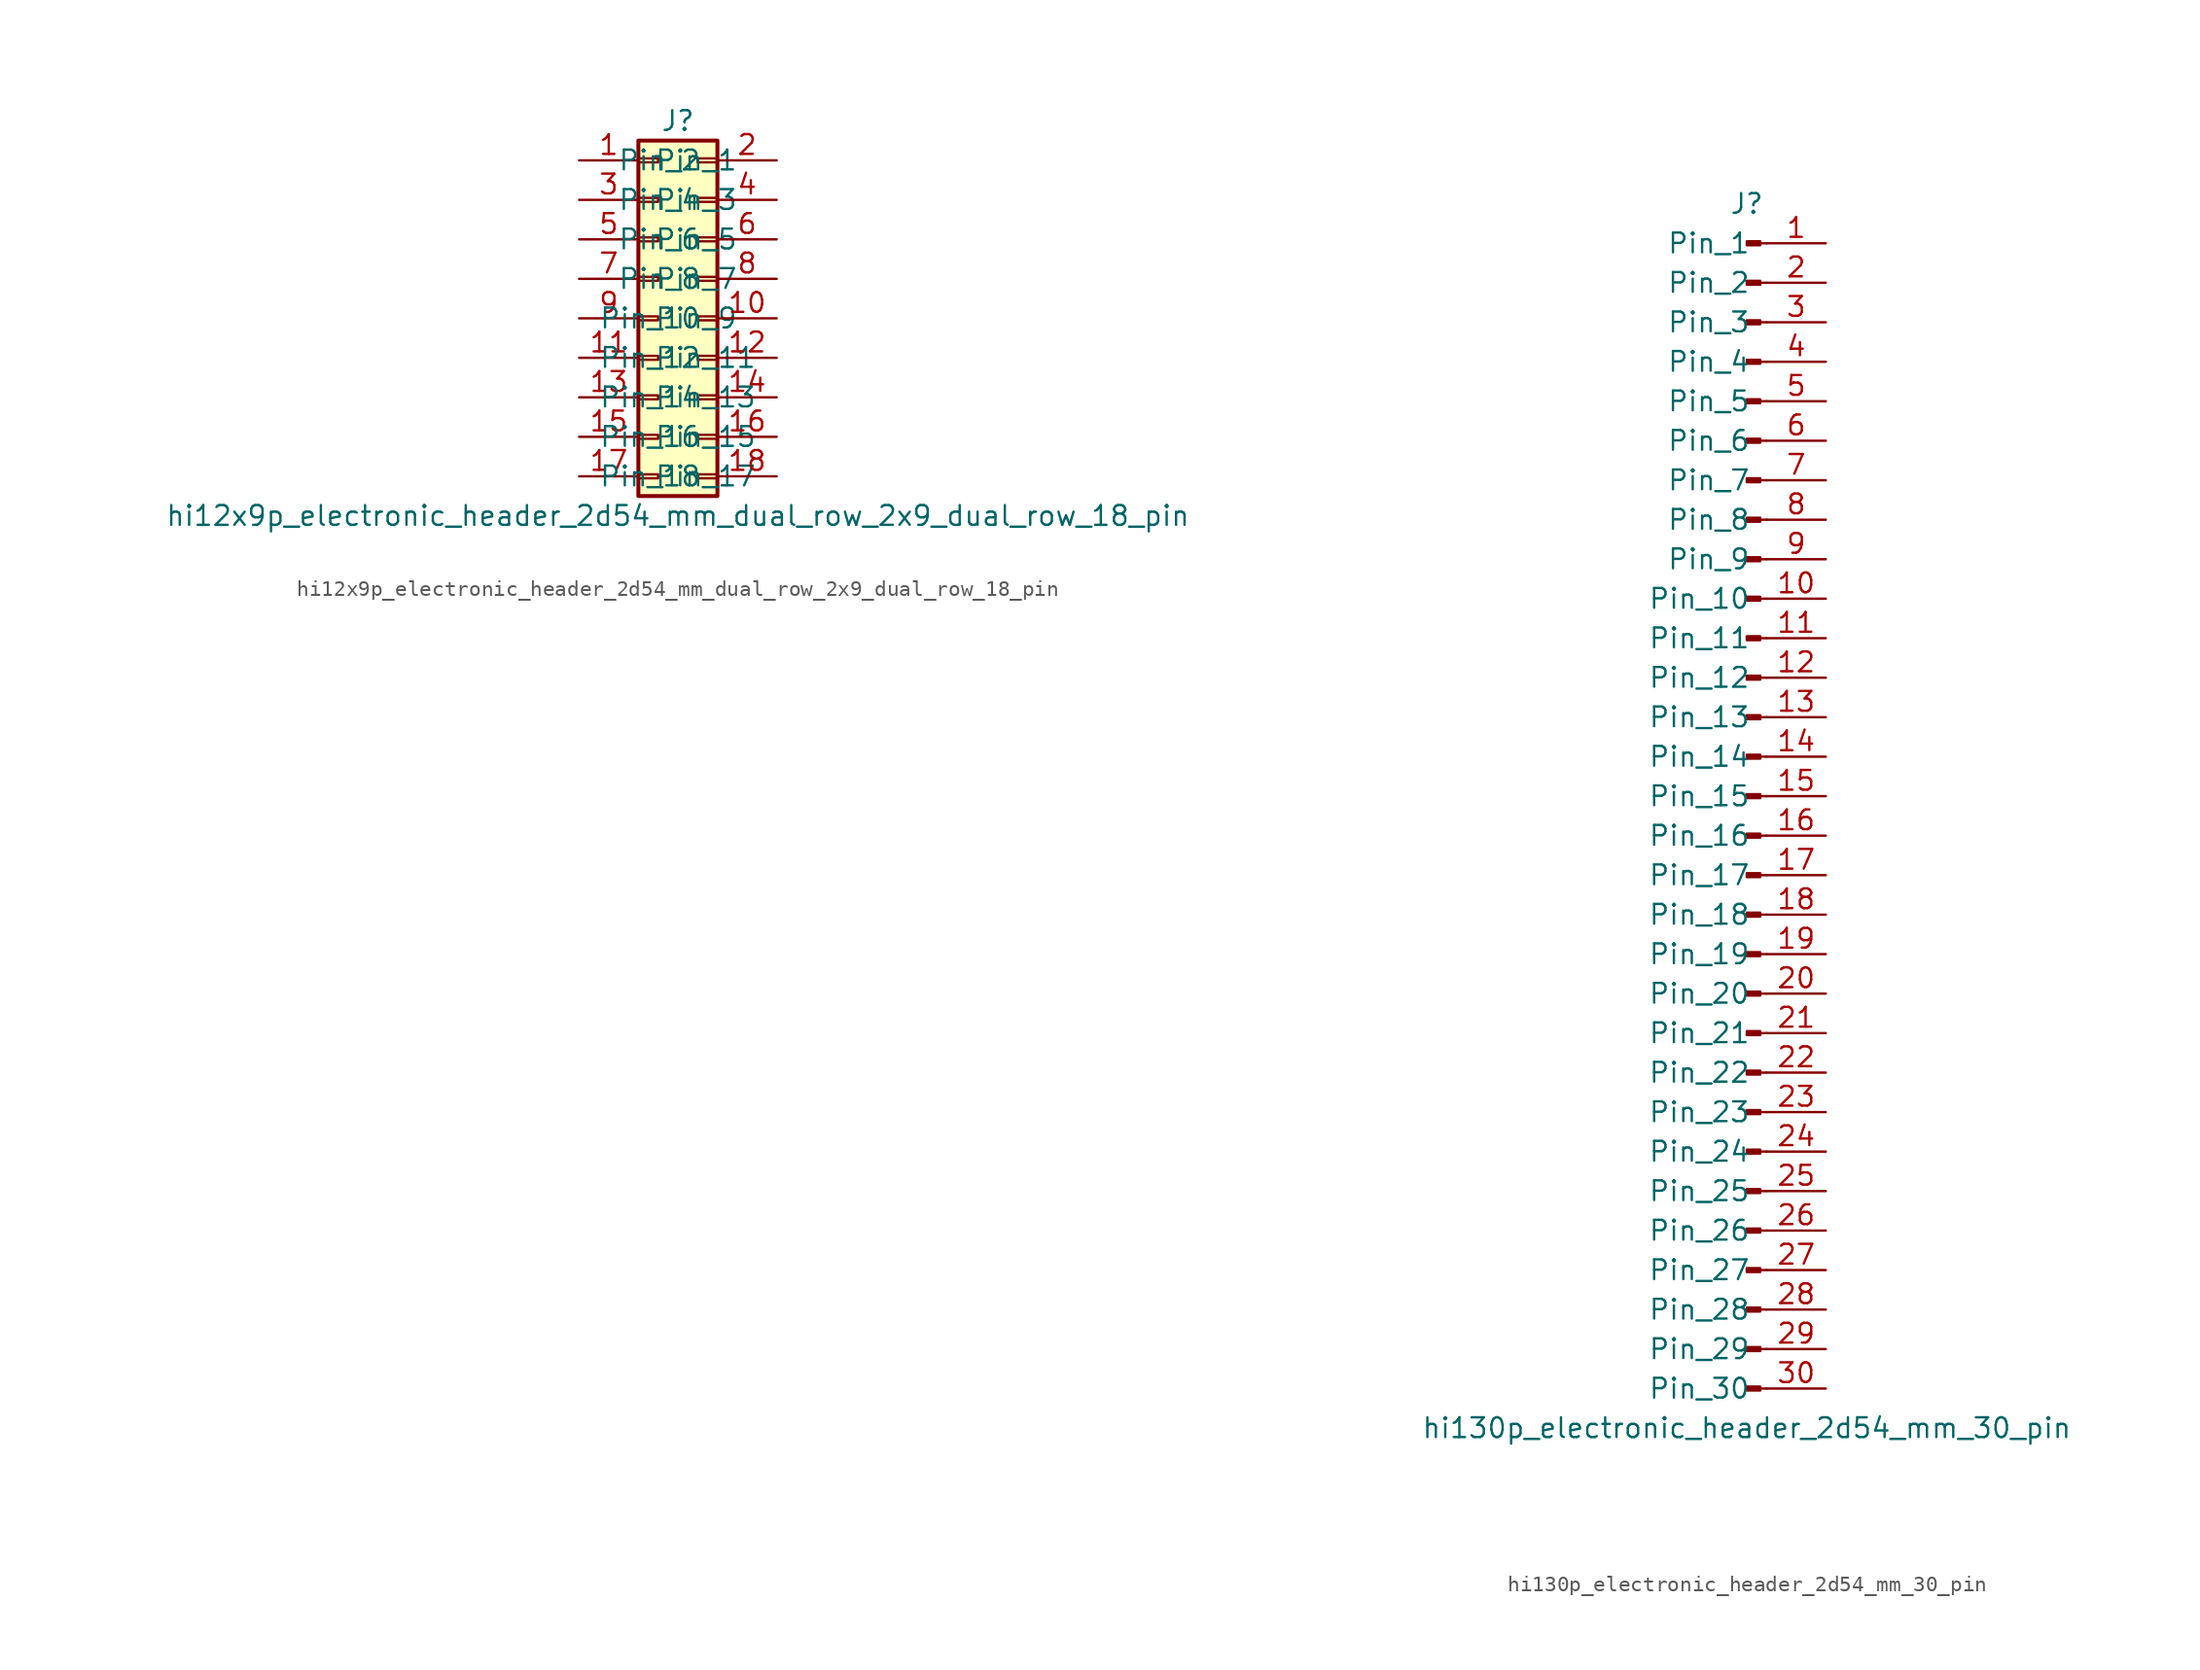
<source format=kicad_sym>
(kicad_symbol_lib
  (version 20220914)
  (generator kicad_symbol_editor)
  (symbol "hi12x9p_electronic_header_2d54_mm_dual_row_2x9_dual_row_18_pin"
    (pin_names
      (offset 1.016))
    (property "Reference" "J"
      (at 1.27 12.7 0)
      (effects (font (size 1.27 1.27))))
    (property "Value" "hi12x9p_electronic_header_2d54_mm_dual_row_2x9_dual_row_18_pin"
      (at 1.27 -12.7 0)
      (effects (font (size 1.27 1.27))))
    (symbol "hi12x9p_electronic_header_2d54_mm_dual_row_2x9_dual_row_18_pin_1_1"
      (rectangle (start -1.27 -10.033) (end 0 -10.287) (stroke (width 0.152) (type default)) (fill (type none)))
      (rectangle (start -1.27 -7.493) (end 0 -7.747) (stroke (width 0.152) (type default)) (fill (type none)))
      (rectangle (start -1.27 -4.953) (end 0 -5.207) (stroke (width 0.152) (type default)) (fill (type none)))
      (rectangle (start -1.27 -2.413) (end 0 -2.667) (stroke (width 0.152) (type default)) (fill (type none)))
      (rectangle (start -1.27 0.127) (end 0 -0.127) (stroke (width 0.152) (type default)) (fill (type none)))
      (rectangle (start -1.27 2.667) (end 0 2.413) (stroke (width 0.152) (type default)) (fill (type none)))
      (rectangle (start -1.27 5.207) (end 0 4.953) (stroke (width 0.152) (type default)) (fill (type none)))
      (rectangle (start -1.27 7.747) (end 0 7.493) (stroke (width 0.152) (type default)) (fill (type none)))
      (rectangle (start -1.27 10.287) (end 0 10.033) (stroke (width 0.152) (type default)) (fill (type none)))
      (rectangle (start -1.27 11.43) (end 3.81 -11.43) (stroke (width 0.254) (type default)) (fill (type background)))
      (rectangle (start 3.81 -10.033) (end 2.54 -10.287) (stroke (width 0.152) (type default)) (fill (type none)))
      (rectangle (start 3.81 -7.493) (end 2.54 -7.747) (stroke (width 0.152) (type default)) (fill (type none)))
      (rectangle (start 3.81 -4.953) (end 2.54 -5.207) (stroke (width 0.152) (type default)) (fill (type none)))
      (rectangle (start 3.81 -2.413) (end 2.54 -2.667) (stroke (width 0.152) (type default)) (fill (type none)))
      (rectangle (start 3.81 0.127) (end 2.54 -0.127) (stroke (width 0.152) (type default)) (fill (type none)))
      (rectangle (start 3.81 2.667) (end 2.54 2.413) (stroke (width 0.152) (type default)) (fill (type none)))
      (rectangle (start 3.81 5.207) (end 2.54 4.953) (stroke (width 0.152) (type default)) (fill (type none)))
      (rectangle (start 3.81 7.747) (end 2.54 7.493) (stroke (width 0.152) (type default)) (fill (type none)))
      (rectangle (start 3.81 10.287) (end 2.54 10.033) (stroke (width 0.152) (type default)) (fill (type none)))
      (pin passive line (at -5.08 10.16 0) (length 3.81) (name "Pin_1" (effects (font (size 1.27 1.27)))) (number "1" (effects (font (size 1.27 1.27)))))
      (pin passive line (at 7.62 0 180) (length 3.81) (name "Pin_10" (effects (font (size 1.27 1.27)))) (number "10" (effects (font (size 1.27 1.27)))))
      (pin passive line (at -5.08 -2.54 0) (length 3.81) (name "Pin_11" (effects (font (size 1.27 1.27)))) (number "11" (effects (font (size 1.27 1.27)))))
      (pin passive line (at 7.62 -2.54 180) (length 3.81) (name "Pin_12" (effects (font (size 1.27 1.27)))) (number "12" (effects (font (size 1.27 1.27)))))
      (pin passive line (at -5.08 -5.08 0) (length 3.81) (name "Pin_13" (effects (font (size 1.27 1.27)))) (number "13" (effects (font (size 1.27 1.27)))))
      (pin passive line (at 7.62 -5.08 180) (length 3.81) (name "Pin_14" (effects (font (size 1.27 1.27)))) (number "14" (effects (font (size 1.27 1.27)))))
      (pin passive line (at -5.08 -7.62 0) (length 3.81) (name "Pin_15" (effects (font (size 1.27 1.27)))) (number "15" (effects (font (size 1.27 1.27)))))
      (pin passive line (at 7.62 -7.62 180) (length 3.81) (name "Pin_16" (effects (font (size 1.27 1.27)))) (number "16" (effects (font (size 1.27 1.27)))))
      (pin passive line (at -5.08 -10.16 0) (length 3.81) (name "Pin_17" (effects (font (size 1.27 1.27)))) (number "17" (effects (font (size 1.27 1.27)))))
      (pin passive line (at 7.62 -10.16 180) (length 3.81) (name "Pin_18" (effects (font (size 1.27 1.27)))) (number "18" (effects (font (size 1.27 1.27)))))
      (pin passive line (at 7.62 10.16 180) (length 3.81) (name "Pin_2" (effects (font (size 1.27 1.27)))) (number "2" (effects (font (size 1.27 1.27)))))
      (pin passive line (at -5.08 7.62 0) (length 3.81) (name "Pin_3" (effects (font (size 1.27 1.27)))) (number "3" (effects (font (size 1.27 1.27)))))
      (pin passive line (at 7.62 7.62 180) (length 3.81) (name "Pin_4" (effects (font (size 1.27 1.27)))) (number "4" (effects (font (size 1.27 1.27)))))
      (pin passive line (at -5.08 5.08 0) (length 3.81) (name "Pin_5" (effects (font (size 1.27 1.27)))) (number "5" (effects (font (size 1.27 1.27)))))
      (pin passive line (at 7.62 5.08 180) (length 3.81) (name "Pin_6" (effects (font (size 1.27 1.27)))) (number "6" (effects (font (size 1.27 1.27)))))
      (pin passive line (at -5.08 2.54 0) (length 3.81) (name "Pin_7" (effects (font (size 1.27 1.27)))) (number "7" (effects (font (size 1.27 1.27)))))
      (pin passive line (at 7.62 2.54 180) (length 3.81) (name "Pin_8" (effects (font (size 1.27 1.27)))) (number "8" (effects (font (size 1.27 1.27)))))
      (pin passive line (at -5.08 0 0) (length 3.81) (name "Pin_9" (effects (font (size 1.27 1.27)))) (number "9" (effects (font (size 1.27 1.27)))))))
  (symbol "hi130p_electronic_header_2d54_mm_30_pin"
    (pin_names
      (offset 1.016))
    (property "Reference" "J"
      (at 0 38.1 0)
      (effects (font (size 1.27 1.27))))
    (property "Value" "hi130p_electronic_header_2d54_mm_30_pin"
      (at 0 -40.64 0)
      (effects (font (size 1.27 1.27))))
    (property "ki_locked" ""
      (at 0 0 0)
      (effects (font (size 1.27 1.27))))
    (symbol "hi130p_electronic_header_2d54_mm_30_pin_1_1"
      (polyline (pts (xy 1.27 -38.1) (xy 0.864 -38.1)) (stroke (width 0.152) (type default)) (fill (type none)))
      (polyline (pts (xy 1.27 -35.56) (xy 0.864 -35.56)) (stroke (width 0.152) (type default)) (fill (type none)))
      (polyline (pts (xy 1.27 -33.02) (xy 0.864 -33.02)) (stroke (width 0.152) (type default)) (fill (type none)))
      (polyline (pts (xy 1.27 -30.48) (xy 0.864 -30.48)) (stroke (width 0.152) (type default)) (fill (type none)))
      (polyline (pts (xy 1.27 -27.94) (xy 0.864 -27.94)) (stroke (width 0.152) (type default)) (fill (type none)))
      (polyline (pts (xy 1.27 -25.4) (xy 0.864 -25.4)) (stroke (width 0.152) (type default)) (fill (type none)))
      (polyline (pts (xy 1.27 -22.86) (xy 0.864 -22.86)) (stroke (width 0.152) (type default)) (fill (type none)))
      (polyline (pts (xy 1.27 -20.32) (xy 0.864 -20.32)) (stroke (width 0.152) (type default)) (fill (type none)))
      (polyline (pts (xy 1.27 -17.78) (xy 0.864 -17.78)) (stroke (width 0.152) (type default)) (fill (type none)))
      (polyline (pts (xy 1.27 -15.24) (xy 0.864 -15.24)) (stroke (width 0.152) (type default)) (fill (type none)))
      (polyline (pts (xy 1.27 -12.7) (xy 0.864 -12.7)) (stroke (width 0.152) (type default)) (fill (type none)))
      (polyline (pts (xy 1.27 -10.16) (xy 0.864 -10.16)) (stroke (width 0.152) (type default)) (fill (type none)))
      (polyline (pts (xy 1.27 -7.62) (xy 0.864 -7.62)) (stroke (width 0.152) (type default)) (fill (type none)))
      (polyline (pts (xy 1.27 -5.08) (xy 0.864 -5.08)) (stroke (width 0.152) (type default)) (fill (type none)))
      (polyline (pts (xy 1.27 -2.54) (xy 0.864 -2.54)) (stroke (width 0.152) (type default)) (fill (type none)))
      (polyline (pts (xy 1.27 0) (xy 0.864 0)) (stroke (width 0.152) (type default)) (fill (type none)))
      (polyline (pts (xy 1.27 2.54) (xy 0.864 2.54)) (stroke (width 0.152) (type default)) (fill (type none)))
      (polyline (pts (xy 1.27 5.08) (xy 0.864 5.08)) (stroke (width 0.152) (type default)) (fill (type none)))
      (polyline (pts (xy 1.27 7.62) (xy 0.864 7.62)) (stroke (width 0.152) (type default)) (fill (type none)))
      (polyline (pts (xy 1.27 10.16) (xy 0.864 10.16)) (stroke (width 0.152) (type default)) (fill (type none)))
      (polyline (pts (xy 1.27 12.7) (xy 0.864 12.7)) (stroke (width 0.152) (type default)) (fill (type none)))
      (polyline (pts (xy 1.27 15.24) (xy 0.864 15.24)) (stroke (width 0.152) (type default)) (fill (type none)))
      (polyline (pts (xy 1.27 17.78) (xy 0.864 17.78)) (stroke (width 0.152) (type default)) (fill (type none)))
      (polyline (pts (xy 1.27 20.32) (xy 0.864 20.32)) (stroke (width 0.152) (type default)) (fill (type none)))
      (polyline (pts (xy 1.27 22.86) (xy 0.864 22.86)) (stroke (width 0.152) (type default)) (fill (type none)))
      (polyline (pts (xy 1.27 25.4) (xy 0.864 25.4)) (stroke (width 0.152) (type default)) (fill (type none)))
      (polyline (pts (xy 1.27 27.94) (xy 0.864 27.94)) (stroke (width 0.152) (type default)) (fill (type none)))
      (polyline (pts (xy 1.27 30.48) (xy 0.864 30.48)) (stroke (width 0.152) (type default)) (fill (type none)))
      (polyline (pts (xy 1.27 33.02) (xy 0.864 33.02)) (stroke (width 0.152) (type default)) (fill (type none)))
      (polyline (pts (xy 1.27 35.56) (xy 0.864 35.56)) (stroke (width 0.152) (type default)) (fill (type none)))
      (rectangle (start 0.864 -37.973) (end 0 -38.227) (stroke (width 0.152) (type default)) (fill (type outline)))
      (rectangle (start 0.864 -35.433) (end 0 -35.687) (stroke (width 0.152) (type default)) (fill (type outline)))
      (rectangle (start 0.864 -32.893) (end 0 -33.147) (stroke (width 0.152) (type default)) (fill (type outline)))
      (rectangle (start 0.864 -30.353) (end 0 -30.607) (stroke (width 0.152) (type default)) (fill (type outline)))
      (rectangle (start 0.864 -27.813) (end 0 -28.067) (stroke (width 0.152) (type default)) (fill (type outline)))
      (rectangle (start 0.864 -25.273) (end 0 -25.527) (stroke (width 0.152) (type default)) (fill (type outline)))
      (rectangle (start 0.864 -22.733) (end 0 -22.987) (stroke (width 0.152) (type default)) (fill (type outline)))
      (rectangle (start 0.864 -20.193) (end 0 -20.447) (stroke (width 0.152) (type default)) (fill (type outline)))
      (rectangle (start 0.864 -17.653) (end 0 -17.907) (stroke (width 0.152) (type default)) (fill (type outline)))
      (rectangle (start 0.864 -15.113) (end 0 -15.367) (stroke (width 0.152) (type default)) (fill (type outline)))
      (rectangle (start 0.864 -12.573) (end 0 -12.827) (stroke (width 0.152) (type default)) (fill (type outline)))
      (rectangle (start 0.864 -10.033) (end 0 -10.287) (stroke (width 0.152) (type default)) (fill (type outline)))
      (rectangle (start 0.864 -7.493) (end 0 -7.747) (stroke (width 0.152) (type default)) (fill (type outline)))
      (rectangle (start 0.864 -4.953) (end 0 -5.207) (stroke (width 0.152) (type default)) (fill (type outline)))
      (rectangle (start 0.864 -2.413) (end 0 -2.667) (stroke (width 0.152) (type default)) (fill (type outline)))
      (rectangle (start 0.864 0.127) (end 0 -0.127) (stroke (width 0.152) (type default)) (fill (type outline)))
      (rectangle (start 0.864 2.667) (end 0 2.413) (stroke (width 0.152) (type default)) (fill (type outline)))
      (rectangle (start 0.864 5.207) (end 0 4.953) (stroke (width 0.152) (type default)) (fill (type outline)))
      (rectangle (start 0.864 7.747) (end 0 7.493) (stroke (width 0.152) (type default)) (fill (type outline)))
      (rectangle (start 0.864 10.287) (end 0 10.033) (stroke (width 0.152) (type default)) (fill (type outline)))
      (rectangle (start 0.864 12.827) (end 0 12.573) (stroke (width 0.152) (type default)) (fill (type outline)))
      (rectangle (start 0.864 15.367) (end 0 15.113) (stroke (width 0.152) (type default)) (fill (type outline)))
      (rectangle (start 0.864 17.907) (end 0 17.653) (stroke (width 0.152) (type default)) (fill (type outline)))
      (rectangle (start 0.864 20.447) (end 0 20.193) (stroke (width 0.152) (type default)) (fill (type outline)))
      (rectangle (start 0.864 22.987) (end 0 22.733) (stroke (width 0.152) (type default)) (fill (type outline)))
      (rectangle (start 0.864 25.527) (end 0 25.273) (stroke (width 0.152) (type default)) (fill (type outline)))
      (rectangle (start 0.864 28.067) (end 0 27.813) (stroke (width 0.152) (type default)) (fill (type outline)))
      (rectangle (start 0.864 30.607) (end 0 30.353) (stroke (width 0.152) (type default)) (fill (type outline)))
      (rectangle (start 0.864 33.147) (end 0 32.893) (stroke (width 0.152) (type default)) (fill (type outline)))
      (rectangle (start 0.864 35.687) (end 0 35.433) (stroke (width 0.152) (type default)) (fill (type outline)))
      (pin passive line (at 5.08 35.56 180) (length 3.81) (name "Pin_1" (effects (font (size 1.27 1.27)))) (number "1" (effects (font (size 1.27 1.27)))))
      (pin passive line (at 5.08 12.7 180) (length 3.81) (name "Pin_10" (effects (font (size 1.27 1.27)))) (number "10" (effects (font (size 1.27 1.27)))))
      (pin passive line (at 5.08 10.16 180) (length 3.81) (name "Pin_11" (effects (font (size 1.27 1.27)))) (number "11" (effects (font (size 1.27 1.27)))))
      (pin passive line (at 5.08 7.62 180) (length 3.81) (name "Pin_12" (effects (font (size 1.27 1.27)))) (number "12" (effects (font (size 1.27 1.27)))))
      (pin passive line (at 5.08 5.08 180) (length 3.81) (name "Pin_13" (effects (font (size 1.27 1.27)))) (number "13" (effects (font (size 1.27 1.27)))))
      (pin passive line (at 5.08 2.54 180) (length 3.81) (name "Pin_14" (effects (font (size 1.27 1.27)))) (number "14" (effects (font (size 1.27 1.27)))))
      (pin passive line (at 5.08 0 180) (length 3.81) (name "Pin_15" (effects (font (size 1.27 1.27)))) (number "15" (effects (font (size 1.27 1.27)))))
      (pin passive line (at 5.08 -2.54 180) (length 3.81) (name "Pin_16" (effects (font (size 1.27 1.27)))) (number "16" (effects (font (size 1.27 1.27)))))
      (pin passive line (at 5.08 -5.08 180) (length 3.81) (name "Pin_17" (effects (font (size 1.27 1.27)))) (number "17" (effects (font (size 1.27 1.27)))))
      (pin passive line (at 5.08 -7.62 180) (length 3.81) (name "Pin_18" (effects (font (size 1.27 1.27)))) (number "18" (effects (font (size 1.27 1.27)))))
      (pin passive line (at 5.08 -10.16 180) (length 3.81) (name "Pin_19" (effects (font (size 1.27 1.27)))) (number "19" (effects (font (size 1.27 1.27)))))
      (pin passive line (at 5.08 33.02 180) (length 3.81) (name "Pin_2" (effects (font (size 1.27 1.27)))) (number "2" (effects (font (size 1.27 1.27)))))
      (pin passive line (at 5.08 -12.7 180) (length 3.81) (name "Pin_20" (effects (font (size 1.27 1.27)))) (number "20" (effects (font (size 1.27 1.27)))))
      (pin passive line (at 5.08 -15.24 180) (length 3.81) (name "Pin_21" (effects (font (size 1.27 1.27)))) (number "21" (effects (font (size 1.27 1.27)))))
      (pin passive line (at 5.08 -17.78 180) (length 3.81) (name "Pin_22" (effects (font (size 1.27 1.27)))) (number "22" (effects (font (size 1.27 1.27)))))
      (pin passive line (at 5.08 -20.32 180) (length 3.81) (name "Pin_23" (effects (font (size 1.27 1.27)))) (number "23" (effects (font (size 1.27 1.27)))))
      (pin passive line (at 5.08 -22.86 180) (length 3.81) (name "Pin_24" (effects (font (size 1.27 1.27)))) (number "24" (effects (font (size 1.27 1.27)))))
      (pin passive line (at 5.08 -25.4 180) (length 3.81) (name "Pin_25" (effects (font (size 1.27 1.27)))) (number "25" (effects (font (size 1.27 1.27)))))
      (pin passive line (at 5.08 -27.94 180) (length 3.81) (name "Pin_26" (effects (font (size 1.27 1.27)))) (number "26" (effects (font (size 1.27 1.27)))))
      (pin passive line (at 5.08 -30.48 180) (length 3.81) (name "Pin_27" (effects (font (size 1.27 1.27)))) (number "27" (effects (font (size 1.27 1.27)))))
      (pin passive line (at 5.08 -33.02 180) (length 3.81) (name "Pin_28" (effects (font (size 1.27 1.27)))) (number "28" (effects (font (size 1.27 1.27)))))
      (pin passive line (at 5.08 -35.56 180) (length 3.81) (name "Pin_29" (effects (font (size 1.27 1.27)))) (number "29" (effects (font (size 1.27 1.27)))))
      (pin passive line (at 5.08 30.48 180) (length 3.81) (name "Pin_3" (effects (font (size 1.27 1.27)))) (number "3" (effects (font (size 1.27 1.27)))))
      (pin passive line (at 5.08 -38.1 180) (length 3.81) (name "Pin_30" (effects (font (size 1.27 1.27)))) (number "30" (effects (font (size 1.27 1.27)))))
      (pin passive line (at 5.08 27.94 180) (length 3.81) (name "Pin_4" (effects (font (size 1.27 1.27)))) (number "4" (effects (font (size 1.27 1.27)))))
      (pin passive line (at 5.08 25.4 180) (length 3.81) (name "Pin_5" (effects (font (size 1.27 1.27)))) (number "5" (effects (font (size 1.27 1.27)))))
      (pin passive line (at 5.08 22.86 180) (length 3.81) (name "Pin_6" (effects (font (size 1.27 1.27)))) (number "6" (effects (font (size 1.27 1.27)))))
      (pin passive line (at 5.08 20.32 180) (length 3.81) (name "Pin_7" (effects (font (size 1.27 1.27)))) (number "7" (effects (font (size 1.27 1.27)))))
      (pin passive line (at 5.08 17.78 180) (length 3.81) (name "Pin_8" (effects (font (size 1.27 1.27)))) (number "8" (effects (font (size 1.27 1.27)))))
      (pin passive line (at 5.08 15.24 180) (length 3.81) (name "Pin_9" (effects (font (size 1.27 1.27)))) (number "9" (effects (font (size 1.27 1.27))))))))
</source>
